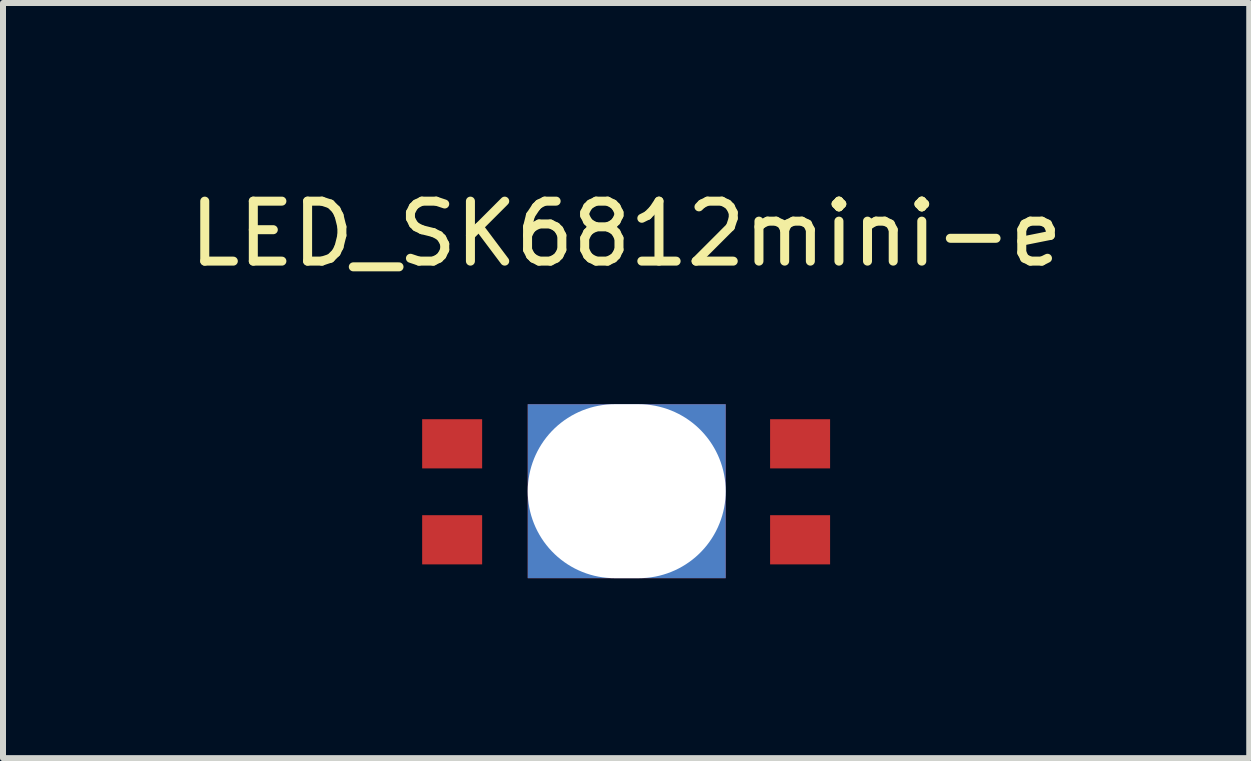
<source format=kicad_pcb>
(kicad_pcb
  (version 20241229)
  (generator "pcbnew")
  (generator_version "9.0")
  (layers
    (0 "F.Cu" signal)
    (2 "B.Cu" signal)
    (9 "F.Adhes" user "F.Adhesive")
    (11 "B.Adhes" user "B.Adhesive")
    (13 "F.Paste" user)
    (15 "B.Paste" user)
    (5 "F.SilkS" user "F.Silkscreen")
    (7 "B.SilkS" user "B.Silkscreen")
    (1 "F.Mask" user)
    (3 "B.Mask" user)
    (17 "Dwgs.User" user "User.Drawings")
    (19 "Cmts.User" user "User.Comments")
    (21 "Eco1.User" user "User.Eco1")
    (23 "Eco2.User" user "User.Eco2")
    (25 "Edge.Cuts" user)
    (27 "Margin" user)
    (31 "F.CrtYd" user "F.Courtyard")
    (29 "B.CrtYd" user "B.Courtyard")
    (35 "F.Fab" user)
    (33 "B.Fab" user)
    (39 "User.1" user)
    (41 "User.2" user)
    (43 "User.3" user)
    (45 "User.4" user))
  (footprint "LED_SK6812mini-e"
    (layer "F.Cu")
    (at 7.387 0.348)
    (property "Reference" "LED_SK6812mini-e" (at 0 0.5 0) (layer "F.SilkS") (effects (font (size 1 1) (thickness 0.15))))
    (attr smd)
    (pad "" np_thru_hole rect (at 0.01 4.79) (size 3.3 2.9) (drill oval 3.3 2.9) (layers "*.Cu" "*.Mask"))
    (pad "DIN" smd rect (at -2.9 4) (size 1 0.82) (layers "F.Cu" "F.Mask" "F.Paste"))
    (pad "DOUT" smd rect (at 2.9 5.6) (size 1 0.82) (layers "F.Cu" "F.Mask" "F.Paste"))
    (pad "GND" smd rect (at -2.9 5.6) (size 1 0.82) (layers "F.Cu" "F.Mask" "F.Paste"))
    (pad "VDD" smd rect (at 2.9 4) (size 1 0.82) (layers "F.Cu" "F.Mask" "F.Paste")))
  (gr_rect
    (start -3 -3)
    (end 17.774 9.588)
    (stroke (width 0.1) (type default))
    (fill no)
    (layer "Edge.Cuts")))
</source>
